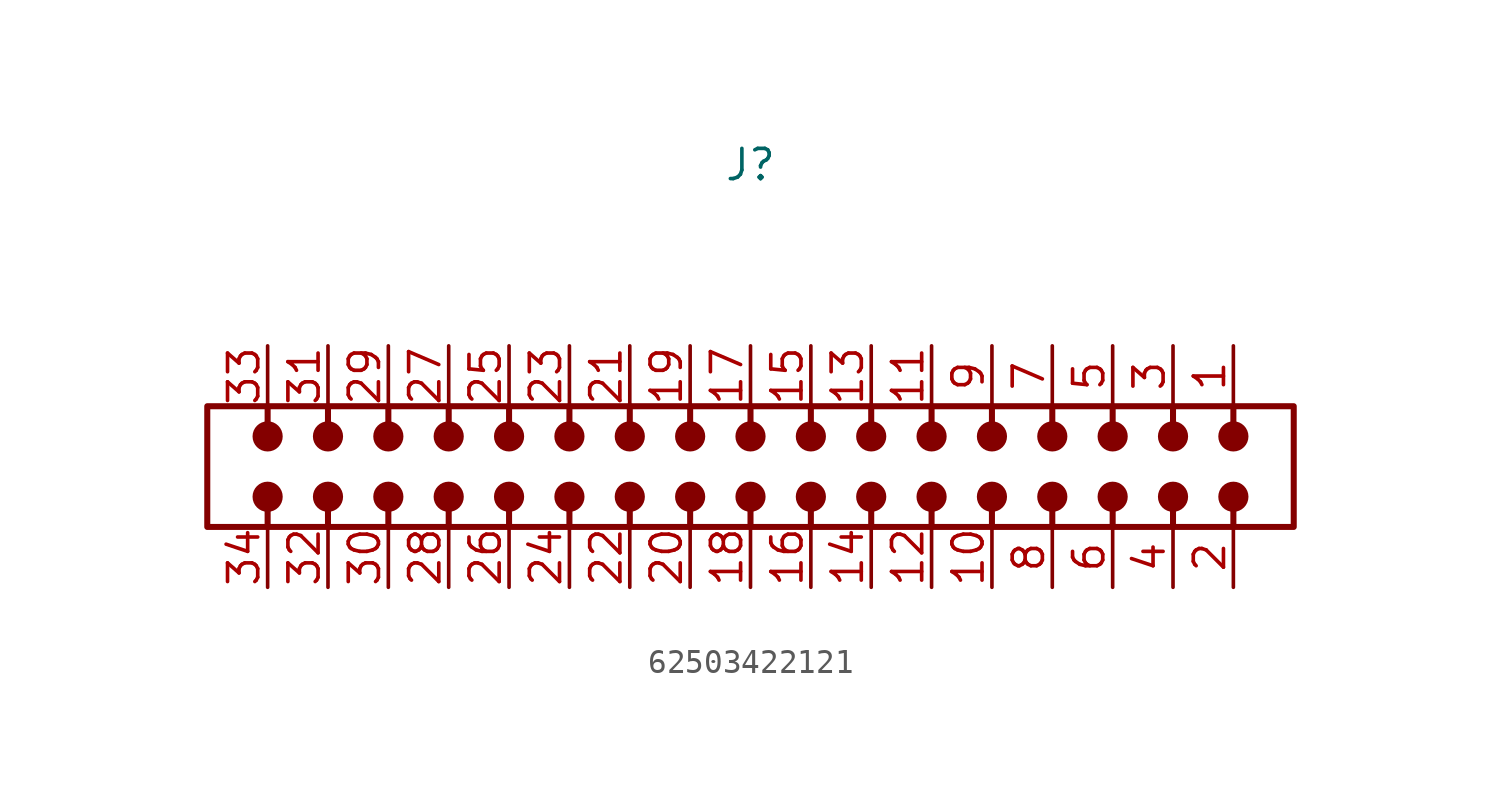
<source format=kicad_sym>
(kicad_symbol_lib
  (version 20241209)
  (generator "kicad_symbol_editor")
  (generator_version "9.0")
  (symbol "62503422121"
    (pin_names
      (hide yes))
    (property "Reference" "J"
      (at 0 12.7 0)
      (effects (font (size 1.27 1.27))))
    (symbol "62503422121_1_1"
      (rectangle (start -22.86 2.54) (end 22.86 -2.54) (stroke (width 0.254) (type solid)) (fill (type none)))
      (polyline (pts (xy -20.32 1.778) (xy -20.32 2.54)) (stroke (width 0.254) (type solid)) (fill (type none)))
      (circle (center -20.32 1.27) (radius 0.508) (stroke (width 0.254) (type solid)) (fill (type outline)))
      (circle (center -20.32 -1.27) (radius 0.508) (stroke (width 0.254) (type solid)) (fill (type outline)))
      (polyline (pts (xy -20.32 -1.778) (xy -20.32 -2.54)) (stroke (width 0.254) (type solid)) (fill (type none)))
      (polyline (pts (xy -17.78 1.778) (xy -17.78 2.54)) (stroke (width 0.254) (type solid)) (fill (type none)))
      (circle (center -17.78 1.27) (radius 0.508) (stroke (width 0.254) (type solid)) (fill (type outline)))
      (circle (center -17.78 -1.27) (radius 0.508) (stroke (width 0.254) (type solid)) (fill (type outline)))
      (polyline (pts (xy -17.78 -1.778) (xy -17.78 -2.54)) (stroke (width 0.254) (type solid)) (fill (type none)))
      (polyline (pts (xy -15.24 1.778) (xy -15.24 2.54)) (stroke (width 0.254) (type solid)) (fill (type none)))
      (circle (center -15.24 1.27) (radius 0.508) (stroke (width 0.254) (type solid)) (fill (type outline)))
      (circle (center -15.24 -1.27) (radius 0.508) (stroke (width 0.254) (type solid)) (fill (type outline)))
      (polyline (pts (xy -15.24 -1.778) (xy -15.24 -2.54)) (stroke (width 0.254) (type solid)) (fill (type none)))
      (polyline (pts (xy -12.7 1.778) (xy -12.7 2.54)) (stroke (width 0.254) (type solid)) (fill (type none)))
      (circle (center -12.7 1.27) (radius 0.508) (stroke (width 0.254) (type solid)) (fill (type outline)))
      (circle (center -12.7 -1.27) (radius 0.508) (stroke (width 0.254) (type solid)) (fill (type outline)))
      (polyline (pts (xy -12.7 -1.778) (xy -12.7 -2.54)) (stroke (width 0.254) (type solid)) (fill (type none)))
      (polyline (pts (xy -10.16 1.778) (xy -10.16 2.54)) (stroke (width 0.254) (type solid)) (fill (type none)))
      (circle (center -10.16 1.27) (radius 0.508) (stroke (width 0.254) (type solid)) (fill (type outline)))
      (circle (center -10.16 -1.27) (radius 0.508) (stroke (width 0.254) (type solid)) (fill (type outline)))
      (polyline (pts (xy -10.16 -1.778) (xy -10.16 -2.54)) (stroke (width 0.254) (type solid)) (fill (type none)))
      (polyline (pts (xy -7.62 1.778) (xy -7.62 2.54)) (stroke (width 0.254) (type solid)) (fill (type none)))
      (circle (center -7.62 1.27) (radius 0.508) (stroke (width 0.254) (type solid)) (fill (type outline)))
      (circle (center -7.62 -1.27) (radius 0.508) (stroke (width 0.254) (type solid)) (fill (type outline)))
      (polyline (pts (xy -7.62 -1.778) (xy -7.62 -2.54)) (stroke (width 0.254) (type solid)) (fill (type none)))
      (polyline (pts (xy -5.08 1.778) (xy -5.08 2.54)) (stroke (width 0.254) (type solid)) (fill (type none)))
      (circle (center -5.08 1.27) (radius 0.508) (stroke (width 0.254) (type solid)) (fill (type outline)))
      (circle (center -5.08 -1.27) (radius 0.508) (stroke (width 0.254) (type solid)) (fill (type outline)))
      (polyline (pts (xy -5.08 -1.778) (xy -5.08 -2.54)) (stroke (width 0.254) (type solid)) (fill (type none)))
      (polyline (pts (xy -2.54 1.778) (xy -2.54 2.54)) (stroke (width 0.254) (type solid)) (fill (type none)))
      (circle (center -2.54 1.27) (radius 0.508) (stroke (width 0.254) (type solid)) (fill (type outline)))
      (circle (center -2.54 -1.27) (radius 0.508) (stroke (width 0.254) (type solid)) (fill (type outline)))
      (polyline (pts (xy -2.54 -1.778) (xy -2.54 -2.54)) (stroke (width 0.254) (type solid)) (fill (type none)))
      (polyline (pts (xy 0 1.778) (xy 0 2.54)) (stroke (width 0.254) (type solid)) (fill (type none)))
      (circle (center 0 1.27) (radius 0.508) (stroke (width 0.254) (type solid)) (fill (type outline)))
      (circle (center 0 -1.27) (radius 0.508) (stroke (width 0.254) (type solid)) (fill (type outline)))
      (polyline (pts (xy 0 -1.778) (xy 0 -2.54)) (stroke (width 0.254) (type solid)) (fill (type none)))
      (polyline (pts (xy 2.54 1.778) (xy 2.54 2.54)) (stroke (width 0.254) (type solid)) (fill (type none)))
      (circle (center 2.54 1.27) (radius 0.508) (stroke (width 0.254) (type solid)) (fill (type outline)))
      (circle (center 2.54 -1.27) (radius 0.508) (stroke (width 0.254) (type solid)) (fill (type outline)))
      (polyline (pts (xy 2.54 -1.778) (xy 2.54 -2.54)) (stroke (width 0.254) (type solid)) (fill (type none)))
      (polyline (pts (xy 5.08 1.778) (xy 5.08 2.54)) (stroke (width 0.254) (type solid)) (fill (type none)))
      (circle (center 5.08 1.27) (radius 0.508) (stroke (width 0.254) (type solid)) (fill (type outline)))
      (circle (center 5.08 -1.27) (radius 0.508) (stroke (width 0.254) (type solid)) (fill (type outline)))
      (polyline (pts (xy 5.08 -1.778) (xy 5.08 -2.54)) (stroke (width 0.254) (type solid)) (fill (type none)))
      (polyline (pts (xy 7.62 1.778) (xy 7.62 2.54)) (stroke (width 0.254) (type solid)) (fill (type none)))
      (circle (center 7.62 1.27) (radius 0.508) (stroke (width 0.254) (type solid)) (fill (type outline)))
      (circle (center 7.62 -1.27) (radius 0.508) (stroke (width 0.254) (type solid)) (fill (type outline)))
      (polyline (pts (xy 7.62 -1.778) (xy 7.62 -2.54)) (stroke (width 0.254) (type solid)) (fill (type none)))
      (polyline (pts (xy 10.16 1.778) (xy 10.16 2.54)) (stroke (width 0.254) (type solid)) (fill (type none)))
      (circle (center 10.16 1.27) (radius 0.508) (stroke (width 0.254) (type solid)) (fill (type outline)))
      (circle (center 10.16 -1.27) (radius 0.508) (stroke (width 0.254) (type solid)) (fill (type outline)))
      (polyline (pts (xy 10.16 -1.778) (xy 10.16 -2.54)) (stroke (width 0.254) (type solid)) (fill (type none)))
      (polyline (pts (xy 12.7 1.778) (xy 12.7 2.54)) (stroke (width 0.254) (type solid)) (fill (type none)))
      (circle (center 12.7 1.27) (radius 0.508) (stroke (width 0.254) (type solid)) (fill (type outline)))
      (circle (center 12.7 -1.27) (radius 0.508) (stroke (width 0.254) (type solid)) (fill (type outline)))
      (polyline (pts (xy 12.7 -1.778) (xy 12.7 -2.54)) (stroke (width 0.254) (type solid)) (fill (type none)))
      (polyline (pts (xy 15.24 1.778) (xy 15.24 2.54)) (stroke (width 0.254) (type solid)) (fill (type none)))
      (circle (center 15.24 1.27) (radius 0.508) (stroke (width 0.254) (type solid)) (fill (type outline)))
      (circle (center 15.24 -1.27) (radius 0.508) (stroke (width 0.254) (type solid)) (fill (type outline)))
      (polyline (pts (xy 15.24 -1.778) (xy 15.24 -2.54)) (stroke (width 0.254) (type solid)) (fill (type none)))
      (polyline (pts (xy 17.78 1.778) (xy 17.78 2.54)) (stroke (width 0.254) (type solid)) (fill (type none)))
      (circle (center 17.78 1.27) (radius 0.508) (stroke (width 0.254) (type solid)) (fill (type outline)))
      (circle (center 17.78 -1.27) (radius 0.508) (stroke (width 0.254) (type solid)) (fill (type outline)))
      (polyline (pts (xy 17.78 -1.778) (xy 17.78 -2.54)) (stroke (width 0.254) (type solid)) (fill (type none)))
      (polyline (pts (xy 20.32 1.778) (xy 20.32 2.54)) (stroke (width 0.254) (type solid)) (fill (type none)))
      (circle (center 20.32 1.27) (radius 0.508) (stroke (width 0.254) (type solid)) (fill (type outline)))
      (circle (center 20.32 -1.27) (radius 0.508) (stroke (width 0.254) (type solid)) (fill (type outline)))
      (polyline (pts (xy 20.32 -1.778) (xy 20.32 -2.54)) (stroke (width 0.254) (type solid)) (fill (type none)))
      (pin passive line (at -20.32 5.08 270) (length 2.54) (name "33" (effects (font (size 1.27 1.27)))) (number "33" (effects (font (size 1.27 1.27)))))
      (pin passive line (at -20.32 -5.08 90) (length 2.54) (name "34" (effects (font (size 1.27 1.27)))) (number "34" (effects (font (size 1.27 1.27)))))
      (pin passive line (at -17.78 5.08 270) (length 2.54) (name "31" (effects (font (size 1.27 1.27)))) (number "31" (effects (font (size 1.27 1.27)))))
      (pin passive line (at -17.78 -5.08 90) (length 2.54) (name "32" (effects (font (size 1.27 1.27)))) (number "32" (effects (font (size 1.27 1.27)))))
      (pin passive line (at -15.24 5.08 270) (length 2.54) (name "29" (effects (font (size 1.27 1.27)))) (number "29" (effects (font (size 1.27 1.27)))))
      (pin passive line (at -15.24 -5.08 90) (length 2.54) (name "30" (effects (font (size 1.27 1.27)))) (number "30" (effects (font (size 1.27 1.27)))))
      (pin passive line (at -12.7 5.08 270) (length 2.54) (name "27" (effects (font (size 1.27 1.27)))) (number "27" (effects (font (size 1.27 1.27)))))
      (pin passive line (at -12.7 -5.08 90) (length 2.54) (name "28" (effects (font (size 1.27 1.27)))) (number "28" (effects (font (size 1.27 1.27)))))
      (pin passive line (at -10.16 5.08 270) (length 2.54) (name "25" (effects (font (size 1.27 1.27)))) (number "25" (effects (font (size 1.27 1.27)))))
      (pin passive line (at -10.16 -5.08 90) (length 2.54) (name "26" (effects (font (size 1.27 1.27)))) (number "26" (effects (font (size 1.27 1.27)))))
      (pin passive line (at -7.62 5.08 270) (length 2.54) (name "23" (effects (font (size 1.27 1.27)))) (number "23" (effects (font (size 1.27 1.27)))))
      (pin passive line (at -7.62 -5.08 90) (length 2.54) (name "24" (effects (font (size 1.27 1.27)))) (number "24" (effects (font (size 1.27 1.27)))))
      (pin passive line (at -5.08 5.08 270) (length 2.54) (name "21" (effects (font (size 1.27 1.27)))) (number "21" (effects (font (size 1.27 1.27)))))
      (pin passive line (at -5.08 -5.08 90) (length 2.54) (name "22" (effects (font (size 1.27 1.27)))) (number "22" (effects (font (size 1.27 1.27)))))
      (pin passive line (at -2.54 5.08 270) (length 2.54) (name "19" (effects (font (size 1.27 1.27)))) (number "19" (effects (font (size 1.27 1.27)))))
      (pin passive line (at -2.54 -5.08 90) (length 2.54) (name "20" (effects (font (size 1.27 1.27)))) (number "20" (effects (font (size 1.27 1.27)))))
      (pin passive line (at 0 5.08 270) (length 2.54) (name "17" (effects (font (size 1.27 1.27)))) (number "17" (effects (font (size 1.27 1.27)))))
      (pin passive line (at 0 -5.08 90) (length 2.54) (name "18" (effects (font (size 1.27 1.27)))) (number "18" (effects (font (size 1.27 1.27)))))
      (pin passive line (at 2.54 5.08 270) (length 2.54) (name "15" (effects (font (size 1.27 1.27)))) (number "15" (effects (font (size 1.27 1.27)))))
      (pin passive line (at 2.54 -5.08 90) (length 2.54) (name "16" (effects (font (size 1.27 1.27)))) (number "16" (effects (font (size 1.27 1.27)))))
      (pin passive line (at 5.08 5.08 270) (length 2.54) (name "13" (effects (font (size 1.27 1.27)))) (number "13" (effects (font (size 1.27 1.27)))))
      (pin passive line (at 5.08 -5.08 90) (length 2.54) (name "14" (effects (font (size 1.27 1.27)))) (number "14" (effects (font (size 1.27 1.27)))))
      (pin passive line (at 7.62 5.08 270) (length 2.54) (name "11" (effects (font (size 1.27 1.27)))) (number "11" (effects (font (size 1.27 1.27)))))
      (pin passive line (at 7.62 -5.08 90) (length 2.54) (name "12" (effects (font (size 1.27 1.27)))) (number "12" (effects (font (size 1.27 1.27)))))
      (pin passive line (at 10.16 5.08 270) (length 2.54) (name "9" (effects (font (size 1.27 1.27)))) (number "9" (effects (font (size 1.27 1.27)))))
      (pin passive line (at 10.16 -5.08 90) (length 2.54) (name "10" (effects (font (size 1.27 1.27)))) (number "10" (effects (font (size 1.27 1.27)))))
      (pin passive line (at 12.7 5.08 270) (length 2.54) (name "7" (effects (font (size 1.27 1.27)))) (number "7" (effects (font (size 1.27 1.27)))))
      (pin passive line (at 12.7 -5.08 90) (length 2.54) (name "8" (effects (font (size 1.27 1.27)))) (number "8" (effects (font (size 1.27 1.27)))))
      (pin passive line (at 15.24 5.08 270) (length 2.54) (name "5" (effects (font (size 1.27 1.27)))) (number "5" (effects (font (size 1.27 1.27)))))
      (pin passive line (at 15.24 -5.08 90) (length 2.54) (name "6" (effects (font (size 1.27 1.27)))) (number "6" (effects (font (size 1.27 1.27)))))
      (pin passive line (at 17.78 5.08 270) (length 2.54) (name "3" (effects (font (size 1.27 1.27)))) (number "3" (effects (font (size 1.27 1.27)))))
      (pin passive line (at 17.78 -5.08 90) (length 2.54) (name "4" (effects (font (size 1.27 1.27)))) (number "4" (effects (font (size 1.27 1.27)))))
      (pin passive line (at 20.32 5.08 270) (length 2.54) (name "1" (effects (font (size 1.27 1.27)))) (number "1" (effects (font (size 1.27 1.27)))))
      (pin passive line (at 20.32 -5.08 90) (length 2.54) (name "2" (effects (font (size 1.27 1.27)))) (number "2" (effects (font (size 1.27 1.27))))))))
</source>
